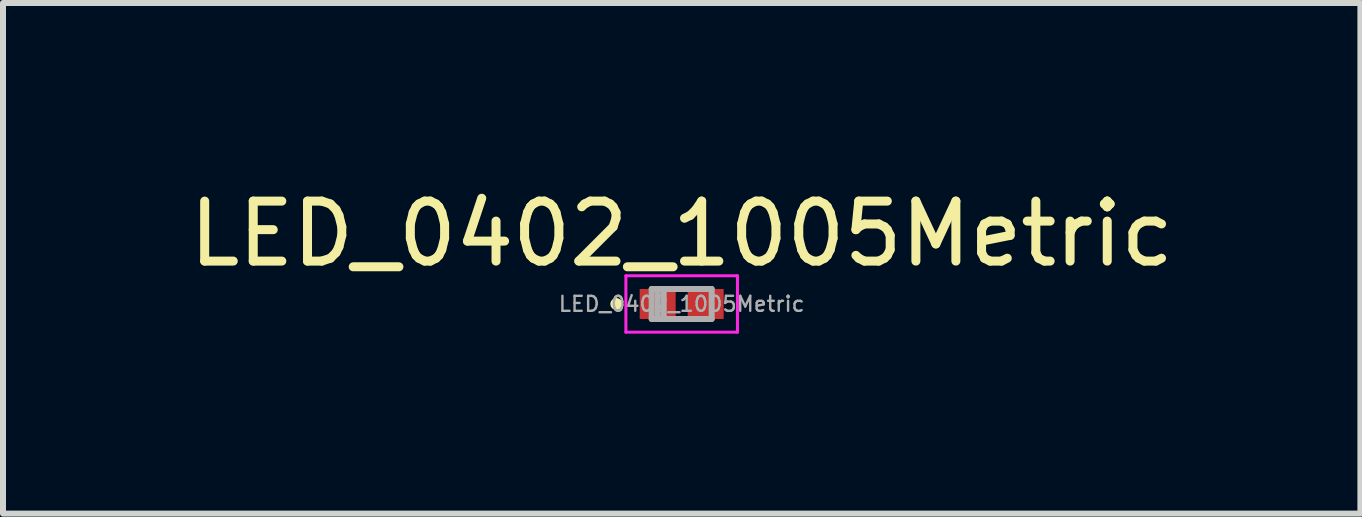
<source format=kicad_pcb>
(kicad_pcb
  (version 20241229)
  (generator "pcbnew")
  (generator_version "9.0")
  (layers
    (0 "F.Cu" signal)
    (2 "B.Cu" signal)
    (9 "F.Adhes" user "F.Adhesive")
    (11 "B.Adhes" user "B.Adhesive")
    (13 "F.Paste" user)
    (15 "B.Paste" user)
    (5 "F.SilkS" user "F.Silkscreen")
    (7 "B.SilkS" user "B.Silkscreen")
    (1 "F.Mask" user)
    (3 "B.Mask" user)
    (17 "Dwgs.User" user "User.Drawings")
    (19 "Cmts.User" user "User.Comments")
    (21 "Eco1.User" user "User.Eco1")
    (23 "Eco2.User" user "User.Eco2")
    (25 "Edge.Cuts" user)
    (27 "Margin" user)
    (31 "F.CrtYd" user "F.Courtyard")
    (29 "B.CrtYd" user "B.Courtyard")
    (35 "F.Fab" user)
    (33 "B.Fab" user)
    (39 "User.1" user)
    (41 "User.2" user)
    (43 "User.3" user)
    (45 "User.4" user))
  (footprint "LED_0402_1005Metric"
    (layer "F.Cu")
    (at 8.315 2.018)
    (property "Reference" "LED_0402_1005Metric" (at 0 -1.17 0) (layer "F.SilkS") (effects (font (size 1 1) (thickness 0.15))))
    (attr smd)
    (fp_poly (pts (xy -0.73 -0.28) (xy -0.73 0.28) (xy -0.07 0.28) (xy -0.07 -0.28)) (stroke (width 0.01) (type solid)) (fill yes) (layer "F.Mask"))
    (fp_poly (pts (xy 0.73 -0.28) (xy 0.07 -0.28) (xy 0.07 0.28) (xy 0.73 0.28)) (stroke (width 0.01) (type solid)) (fill yes) (layer "F.Mask"))
    (fp_circle (center -1.09 0) (end -1.04 0) (stroke (width 0.1) (type solid)) (fill no) (layer "F.SilkS"))
    (fp_line (start -0.93 -0.47) (end 0.93 -0.47) (stroke (width 0.05) (type solid)) (layer "F.CrtYd"))
    (fp_line (start -0.93 0.47) (end -0.93 -0.47) (stroke (width 0.05) (type solid)) (layer "F.CrtYd"))
    (fp_line (start 0.93 -0.47) (end 0.93 0.47) (stroke (width 0.05) (type solid)) (layer "F.CrtYd"))
    (fp_line (start 0.93 0.47) (end -0.93 0.47) (stroke (width 0.05) (type solid)) (layer "F.CrtYd"))
    (fp_line (start -0.5 -0.25) (end 0.5 -0.25) (stroke (width 0.1) (type solid)) (layer "F.Fab"))
    (fp_line (start -0.5 0.25) (end -0.5 -0.25) (stroke (width 0.1) (type solid)) (layer "F.Fab"))
    (fp_line (start -0.4 0.25) (end -0.4 -0.25) (stroke (width 0.1) (type solid)) (layer "F.Fab"))
    (fp_line (start -0.3 0.25) (end -0.3 -0.25) (stroke (width 0.1) (type solid)) (layer "F.Fab"))
    (fp_line (start 0.5 -0.25) (end 0.5 0.25) (stroke (width 0.1) (type solid)) (layer "F.Fab"))
    (fp_line (start 0.5 0.25) (end -0.5 0.25) (stroke (width 0.1) (type solid)) (layer "F.Fab"))
    (fp_text user "${REFERENCE}" (at 0 0 0) (layer "F.Fab") (effects (font (size 0.25 0.25) (thickness 0.04))))
    (pad "1" smd rect (at -0.4 0) (size 0.6 0.5) (layers "F.Cu" "F.Paste"))
    (pad "2" smd rect (at 0.4 0) (size 0.6 0.5) (layers "F.Cu" "F.Paste")))
  (gr_rect
    (start -3 -3)
    (end 19.631 5.513)
    (stroke (width 0.1) (type default))
    (fill no)
    (layer "Edge.Cuts")))
</source>
